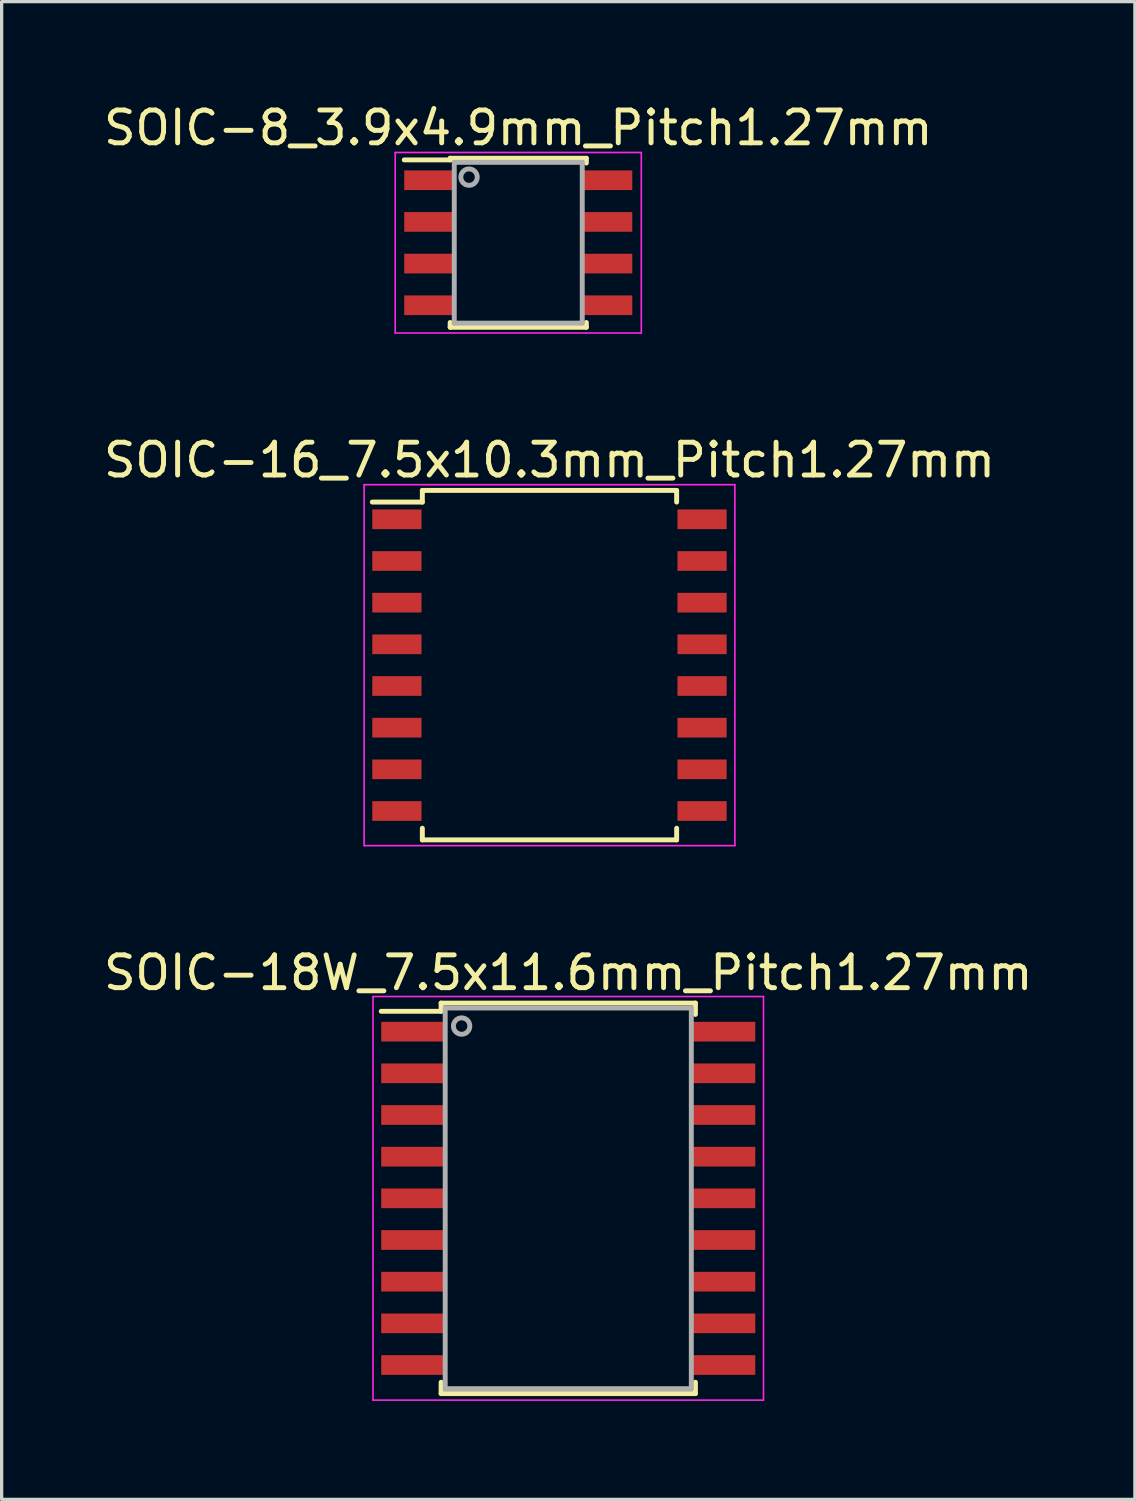
<source format=kicad_pcb>
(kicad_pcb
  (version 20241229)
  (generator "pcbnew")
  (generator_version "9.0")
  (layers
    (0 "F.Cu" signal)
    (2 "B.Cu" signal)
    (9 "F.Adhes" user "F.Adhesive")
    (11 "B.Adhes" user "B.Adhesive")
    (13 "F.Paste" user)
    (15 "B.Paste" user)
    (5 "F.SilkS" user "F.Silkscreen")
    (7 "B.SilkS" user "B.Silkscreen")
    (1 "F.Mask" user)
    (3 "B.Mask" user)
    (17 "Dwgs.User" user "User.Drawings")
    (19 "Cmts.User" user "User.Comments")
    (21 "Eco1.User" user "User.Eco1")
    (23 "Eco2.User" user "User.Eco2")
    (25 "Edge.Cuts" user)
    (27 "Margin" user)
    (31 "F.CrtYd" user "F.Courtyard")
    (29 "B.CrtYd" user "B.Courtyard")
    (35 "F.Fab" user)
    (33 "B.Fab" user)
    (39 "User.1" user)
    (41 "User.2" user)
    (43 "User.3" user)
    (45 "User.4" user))
  (footprint "SOIC-18W_7.5x11.6mm_Pitch1.27mm"
    (layer "F.Cu")
    (at 14.268 33.47)
    (property "Reference" "SOIC-18W_7.5x11.6mm_Pitch1.27mm" (at 0 -6.875 0) (layer "F.SilkS") (effects (font (size 1 1) (thickness 0.15))))
    (attr smd)
    (fp_line (start -3.875 -5.95) (end -3.875 -5.7) (stroke (width 0.15) (type solid)) (layer "F.SilkS"))
    (fp_line (start -3.875 -5.95) (end 3.875 -5.95) (stroke (width 0.15) (type solid)) (layer "F.SilkS"))
    (fp_line (start -3.875 -5.7) (end -5.7 -5.7) (stroke (width 0.15) (type solid)) (layer "F.SilkS"))
    (fp_line (start -3.875 5.95) (end -3.875 5.605) (stroke (width 0.15) (type solid)) (layer "F.SilkS"))
    (fp_line (start -3.875 5.95) (end 3.875 5.95) (stroke (width 0.15) (type solid)) (layer "F.SilkS"))
    (fp_line (start 3.875 -5.95) (end 3.875 -5.605) (stroke (width 0.15) (type solid)) (layer "F.SilkS"))
    (fp_line (start 3.875 5.95) (end 3.875 5.605) (stroke (width 0.15) (type solid)) (layer "F.SilkS"))
    (fp_line (start -5.95 -6.15) (end -5.95 6.15) (stroke (width 0.05) (type solid)) (layer "F.CrtYd"))
    (fp_line (start -5.95 -6.15) (end 5.95 -6.15) (stroke (width 0.05) (type solid)) (layer "F.CrtYd"))
    (fp_line (start -5.95 6.15) (end 5.95 6.15) (stroke (width 0.05) (type solid)) (layer "F.CrtYd"))
    (fp_line (start 5.95 -6.15) (end 5.95 6.15) (stroke (width 0.05) (type solid)) (layer "F.CrtYd"))
    (fp_line (start -3.75 -5.8) (end -3.75 5.8) (stroke (width 0.15) (type solid)) (layer "F.Fab"))
    (fp_line (start -3.75 5.8) (end 3.75 5.8) (stroke (width 0.15) (type solid)) (layer "F.Fab"))
    (fp_line (start 3.75 -5.8) (end -3.75 -5.8) (stroke (width 0.15) (type solid)) (layer "F.Fab"))
    (fp_line (start 3.75 5.8) (end 3.75 -5.8) (stroke (width 0.15) (type solid)) (layer "F.Fab"))
    (fp_circle (center -3.25 -5.25) (end -3.5 -5.25) (stroke (width 0.15) (type solid)) (fill no) (layer "F.Fab"))
    (pad "1" smd rect (at -4.7 -5.08) (size 2 0.6) (layers "F.Cu" "F.Mask" "F.Paste"))
    (pad "2" smd rect (at -4.7 -3.81) (size 2 0.6) (layers "F.Cu" "F.Mask" "F.Paste"))
    (pad "3" smd rect (at -4.7 -2.54) (size 2 0.6) (layers "F.Cu" "F.Mask" "F.Paste"))
    (pad "4" smd rect (at -4.7 -1.27) (size 2 0.6) (layers "F.Cu" "F.Mask" "F.Paste"))
    (pad "5" smd rect (at -4.7 0) (size 2 0.6) (layers "F.Cu" "F.Mask" "F.Paste"))
    (pad "6" smd rect (at -4.7 1.27) (size 2 0.6) (layers "F.Cu" "F.Mask" "F.Paste"))
    (pad "7" smd rect (at -4.7 2.54) (size 2 0.6) (layers "F.Cu" "F.Mask" "F.Paste"))
    (pad "8" smd rect (at -4.7 3.81) (size 2 0.6) (layers "F.Cu" "F.Mask" "F.Paste"))
    (pad "9" smd rect (at -4.7 5.08) (size 2 0.6) (layers "F.Cu" "F.Mask" "F.Paste"))
    (pad "10" smd rect (at 4.7 5.08) (size 2 0.6) (layers "F.Cu" "F.Mask" "F.Paste"))
    (pad "11" smd rect (at 4.7 3.81) (size 2 0.6) (layers "F.Cu" "F.Mask" "F.Paste"))
    (pad "12" smd rect (at 4.7 2.54) (size 2 0.6) (layers "F.Cu" "F.Mask" "F.Paste"))
    (pad "13" smd rect (at 4.7 1.27) (size 2 0.6) (layers "F.Cu" "F.Mask" "F.Paste"))
    (pad "14" smd rect (at 4.7 0) (size 2 0.6) (layers "F.Cu" "F.Mask" "F.Paste"))
    (pad "15" smd rect (at 4.7 -1.27) (size 2 0.6) (layers "F.Cu" "F.Mask" "F.Paste"))
    (pad "16" smd rect (at 4.7 -2.54) (size 2 0.6) (layers "F.Cu" "F.Mask" "F.Paste"))
    (pad "17" smd rect (at 4.7 -3.81) (size 2 0.6) (layers "F.Cu" "F.Mask" "F.Paste"))
    (pad "18" smd rect (at 4.7 -5.08) (size 2 0.6) (layers "F.Cu" "F.Mask" "F.Paste")))
  (footprint "SOIC-16_7.5x10.3mm_Pitch1.27mm"
    (layer "F.Cu")
    (at 13.696 17.221)
    (property "Reference" "SOIC-16_7.5x10.3mm_Pitch1.27mm" (at 0 -6.25 0) (layer "F.SilkS") (effects (font (size 1 1) (thickness 0.15))))
    (attr smd)
    (fp_line (start -3.875 -5.325) (end -3.875 -4.97) (stroke (width 0.15) (type solid)) (layer "F.SilkS"))
    (fp_line (start -3.875 -5.325) (end 3.875 -5.325) (stroke (width 0.15) (type solid)) (layer "F.SilkS"))
    (fp_line (start -3.875 -4.97) (end -5.4 -4.97) (stroke (width 0.15) (type solid)) (layer "F.SilkS"))
    (fp_line (start -3.875 5.325) (end -3.875 4.97) (stroke (width 0.15) (type solid)) (layer "F.SilkS"))
    (fp_line (start -3.875 5.325) (end 3.875 5.325) (stroke (width 0.15) (type solid)) (layer "F.SilkS"))
    (fp_line (start 3.875 -5.325) (end 3.875 -4.97) (stroke (width 0.15) (type solid)) (layer "F.SilkS"))
    (fp_line (start 3.875 5.325) (end 3.875 4.97) (stroke (width 0.15) (type solid)) (layer "F.SilkS"))
    (fp_line (start -5.65 -5.5) (end -5.65 5.5) (stroke (width 0.05) (type solid)) (layer "F.CrtYd"))
    (fp_line (start -5.65 -5.5) (end 5.65 -5.5) (stroke (width 0.05) (type solid)) (layer "F.CrtYd"))
    (fp_line (start -5.65 5.5) (end 5.65 5.5) (stroke (width 0.05) (type solid)) (layer "F.CrtYd"))
    (fp_line (start 5.65 -5.5) (end 5.65 5.5) (stroke (width 0.05) (type solid)) (layer "F.CrtYd"))
    (pad "1" smd rect (at -4.65 -4.445) (size 1.5 0.6) (layers "F.Cu" "F.Mask" "F.Paste"))
    (pad "2" smd rect (at -4.65 -3.175) (size 1.5 0.6) (layers "F.Cu" "F.Mask" "F.Paste"))
    (pad "3" smd rect (at -4.65 -1.905) (size 1.5 0.6) (layers "F.Cu" "F.Mask" "F.Paste"))
    (pad "4" smd rect (at -4.65 -0.635) (size 1.5 0.6) (layers "F.Cu" "F.Mask" "F.Paste"))
    (pad "5" smd rect (at -4.65 0.635) (size 1.5 0.6) (layers "F.Cu" "F.Mask" "F.Paste"))
    (pad "6" smd rect (at -4.65 1.905) (size 1.5 0.6) (layers "F.Cu" "F.Mask" "F.Paste"))
    (pad "7" smd rect (at -4.65 3.175) (size 1.5 0.6) (layers "F.Cu" "F.Mask" "F.Paste"))
    (pad "8" smd rect (at -4.65 4.445) (size 1.5 0.6) (layers "F.Cu" "F.Mask" "F.Paste"))
    (pad "9" smd rect (at 4.65 4.445) (size 1.5 0.6) (layers "F.Cu" "F.Mask" "F.Paste"))
    (pad "10" smd rect (at 4.65 3.175) (size 1.5 0.6) (layers "F.Cu" "F.Mask" "F.Paste"))
    (pad "11" smd rect (at 4.65 1.905) (size 1.5 0.6) (layers "F.Cu" "F.Mask" "F.Paste"))
    (pad "12" smd rect (at 4.65 0.635) (size 1.5 0.6) (layers "F.Cu" "F.Mask" "F.Paste"))
    (pad "13" smd rect (at 4.65 -0.635) (size 1.5 0.6) (layers "F.Cu" "F.Mask" "F.Paste"))
    (pad "14" smd rect (at 4.65 -1.905) (size 1.5 0.6) (layers "F.Cu" "F.Mask" "F.Paste"))
    (pad "15" smd rect (at 4.65 -3.175) (size 1.5 0.6) (layers "F.Cu" "F.Mask" "F.Paste"))
    (pad "16" smd rect (at 4.65 -4.445) (size 1.5 0.6) (layers "F.Cu" "F.Mask" "F.Paste")))
  (footprint "SOIC-8_3.9x4.9mm_Pitch1.27mm"
    (layer "F.Cu")
    (at 12.744 4.348)
    (property "Reference" "SOIC-8_3.9x4.9mm_Pitch1.27mm" (at 0 -3.5 0) (layer "F.SilkS") (effects (font (size 1 1) (thickness 0.15))))
    (attr smd)
    (fp_line (start -2.075 -2.575) (end -2.075 -2.525) (stroke (width 0.15) (type solid)) (layer "F.SilkS"))
    (fp_line (start -2.075 -2.575) (end 2.075 -2.575) (stroke (width 0.15) (type solid)) (layer "F.SilkS"))
    (fp_line (start -2.075 -2.525) (end -3.475 -2.525) (stroke (width 0.15) (type solid)) (layer "F.SilkS"))
    (fp_line (start -2.075 2.575) (end -2.075 2.43) (stroke (width 0.15) (type solid)) (layer "F.SilkS"))
    (fp_line (start -2.075 2.575) (end 2.075 2.575) (stroke (width 0.15) (type solid)) (layer "F.SilkS"))
    (fp_line (start 2.075 -2.575) (end 2.075 -2.43) (stroke (width 0.15) (type solid)) (layer "F.SilkS"))
    (fp_line (start 2.075 2.575) (end 2.075 2.43) (stroke (width 0.15) (type solid)) (layer "F.SilkS"))
    (fp_line (start -3.75 -2.75) (end -3.75 2.75) (stroke (width 0.05) (type solid)) (layer "F.CrtYd"))
    (fp_line (start -3.75 -2.75) (end 3.75 -2.75) (stroke (width 0.05) (type solid)) (layer "F.CrtYd"))
    (fp_line (start -3.75 2.75) (end 3.75 2.75) (stroke (width 0.05) (type solid)) (layer "F.CrtYd"))
    (fp_line (start 3.75 -2.75) (end 3.75 2.75) (stroke (width 0.05) (type solid)) (layer "F.CrtYd"))
    (fp_line (start -1.95 -2.45) (end -1.95 2.45) (stroke (width 0.15) (type solid)) (layer "F.Fab"))
    (fp_line (start -1.95 2.45) (end 1.95 2.45) (stroke (width 0.15) (type solid)) (layer "F.Fab"))
    (fp_line (start 1.95 -2.45) (end -1.95 -2.45) (stroke (width 0.15) (type solid)) (layer "F.Fab"))
    (fp_line (start 1.95 2.45) (end 1.95 -2.45) (stroke (width 0.15) (type solid)) (layer "F.Fab"))
    (fp_circle (center -1.5 -2) (end -1.75 -2) (stroke (width 0.15) (type solid)) (fill no) (layer "F.Fab"))
    (pad "1" smd rect (at -2.7 -1.905) (size 1.55 0.6) (layers "F.Cu" "F.Mask" "F.Paste"))
    (pad "2" smd rect (at -2.7 -0.635) (size 1.55 0.6) (layers "F.Cu" "F.Mask" "F.Paste"))
    (pad "3" smd rect (at -2.7 0.635) (size 1.55 0.6) (layers "F.Cu" "F.Mask" "F.Paste"))
    (pad "4" smd rect (at -2.7 1.905) (size 1.55 0.6) (layers "F.Cu" "F.Mask" "F.Paste"))
    (pad "5" smd rect (at 2.7 1.905) (size 1.55 0.6) (layers "F.Cu" "F.Mask" "F.Paste"))
    (pad "6" smd rect (at 2.7 0.635) (size 1.55 0.6) (layers "F.Cu" "F.Mask" "F.Paste"))
    (pad "7" smd rect (at 2.7 -0.635) (size 1.55 0.6) (layers "F.Cu" "F.Mask" "F.Paste"))
    (pad "8" smd rect (at 2.7 -1.905) (size 1.55 0.6) (layers "F.Cu" "F.Mask" "F.Paste")))
  (gr_rect
    (start -3 -3)
    (end 31.536 42.645)
    (stroke (width 0.1) (type default))
    (fill no)
    (layer "Edge.Cuts")))
</source>
